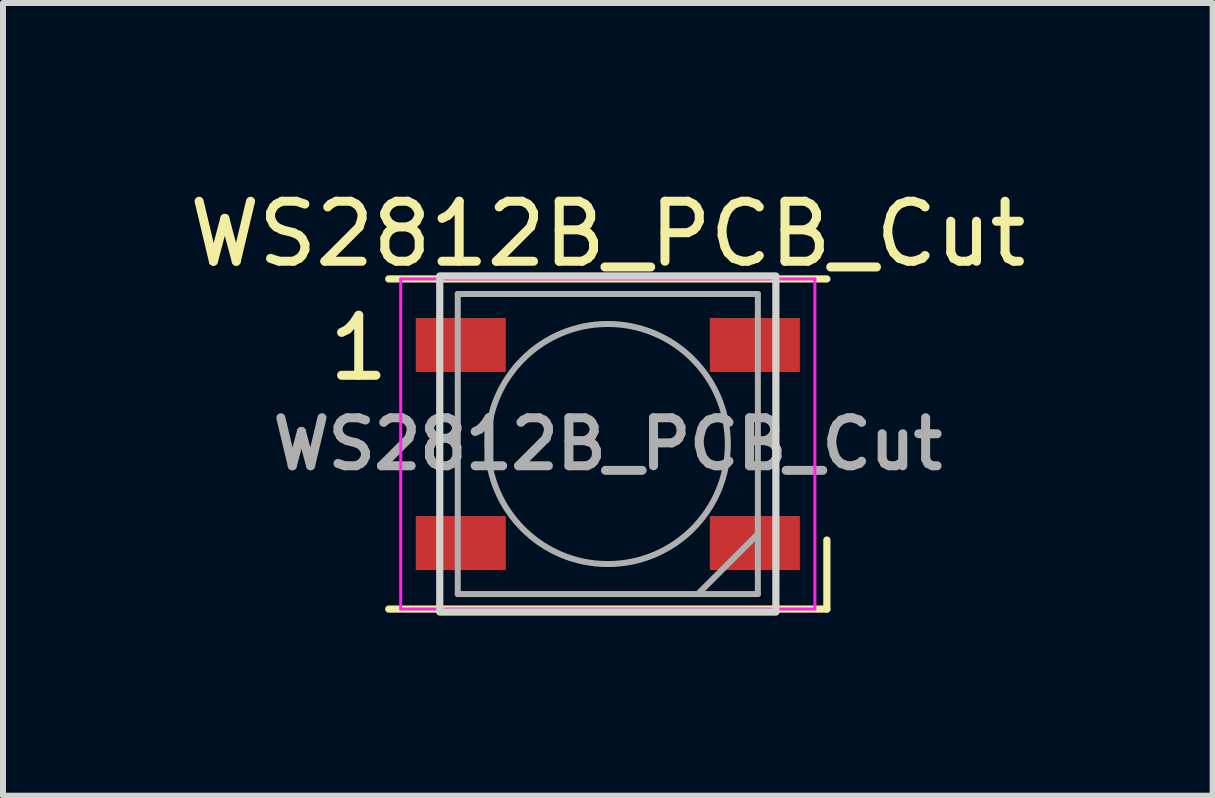
<source format=kicad_pcb>
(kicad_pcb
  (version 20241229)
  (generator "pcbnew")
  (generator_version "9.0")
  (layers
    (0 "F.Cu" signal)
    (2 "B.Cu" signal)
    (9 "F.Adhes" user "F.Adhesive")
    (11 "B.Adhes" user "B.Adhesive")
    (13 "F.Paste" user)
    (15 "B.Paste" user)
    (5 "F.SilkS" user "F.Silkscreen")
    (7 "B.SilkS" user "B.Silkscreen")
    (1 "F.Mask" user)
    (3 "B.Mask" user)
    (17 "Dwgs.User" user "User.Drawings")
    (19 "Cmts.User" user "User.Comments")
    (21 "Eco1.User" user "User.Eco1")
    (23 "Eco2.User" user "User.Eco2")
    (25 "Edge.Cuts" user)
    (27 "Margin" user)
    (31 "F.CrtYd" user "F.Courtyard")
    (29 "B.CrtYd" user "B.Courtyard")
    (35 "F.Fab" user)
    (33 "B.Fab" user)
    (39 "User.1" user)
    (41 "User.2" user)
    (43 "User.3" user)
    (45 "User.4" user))
  (footprint "WS2812B_PCB_Cut"
    (layer "F.Cu")
    (at 7.077 4.348)
    (property "Reference" "WS2812B_PCB_Cut" (at 0 -3.5 0) (layer "F.SilkS") (effects (font (size 1 1) (thickness 0.15))))
    (attr smd)
    (fp_line (start -3.65 -2.75) (end 3.65 -2.75) (stroke (width 0.12) (type solid)) (layer "F.SilkS"))
    (fp_line (start -3.65 2.75) (end 3.65 2.75) (stroke (width 0.12) (type solid)) (layer "F.SilkS"))
    (fp_line (start 3.65 2.75) (end 3.65 1.6) (stroke (width 0.12) (type solid)) (layer "F.SilkS"))
    (fp_rect (start -2.8 -2.8) (end 2.8 2.8) (stroke (width 0.12) (type default)) (fill no) (layer "Edge.Cuts"))
    (fp_line (start -3.45 -2.75) (end -3.45 2.75) (stroke (width 0.05) (type solid)) (layer "F.CrtYd"))
    (fp_line (start -3.45 2.75) (end 3.45 2.75) (stroke (width 0.05) (type solid)) (layer "F.CrtYd"))
    (fp_line (start 3.45 -2.75) (end -3.45 -2.75) (stroke (width 0.05) (type solid)) (layer "F.CrtYd"))
    (fp_line (start 3.45 2.75) (end 3.45 -2.75) (stroke (width 0.05) (type solid)) (layer "F.CrtYd"))
    (fp_line (start -2.5 -2.5) (end -2.5 2.5) (stroke (width 0.1) (type solid)) (layer "F.Fab"))
    (fp_line (start -2.5 2.5) (end 2.5 2.5) (stroke (width 0.1) (type solid)) (layer "F.Fab"))
    (fp_line (start 2.5 -2.5) (end -2.5 -2.5) (stroke (width 0.1) (type solid)) (layer "F.Fab"))
    (fp_line (start 2.5 1.5) (end 1.5 2.5) (stroke (width 0.1) (type solid)) (layer "F.Fab"))
    (fp_line (start 2.5 2.5) (end 2.5 -2.5) (stroke (width 0.1) (type solid)) (layer "F.Fab"))
    (fp_circle (center 0 0) (end 0 -2) (stroke (width 0.1) (type solid)) (fill no) (layer "F.Fab"))
    (fp_text user "1" (at -4.15 -1.6 0) (layer "F.SilkS") (effects (font (size 1 1) (thickness 0.15))))
    (fp_text user "${REFERENCE}" (at 0 0 0) (layer "F.Fab") (effects (font (size 0.8 0.8) (thickness 0.15))))
    (pad "1" smd rect (at -2.45 -1.65) (size 1.5 0.9) (layers "F.Cu" "F.Mask" "F.Paste"))
    (pad "2" smd rect (at -2.45 1.65) (size 1.5 0.9) (layers "F.Cu" "F.Mask" "F.Paste"))
    (pad "3" smd rect (at 2.45 1.65) (size 1.5 0.9) (layers "F.Cu" "F.Mask" "F.Paste"))
    (pad "4" smd rect (at 2.45 -1.65) (size 1.5 0.9) (layers "F.Cu" "F.Mask" "F.Paste")))
  (gr_rect
    (start -3 -3)
    (end 17.155 10.208)
    (stroke (width 0.1) (type default))
    (fill no)
    (layer "Edge.Cuts")))
</source>
